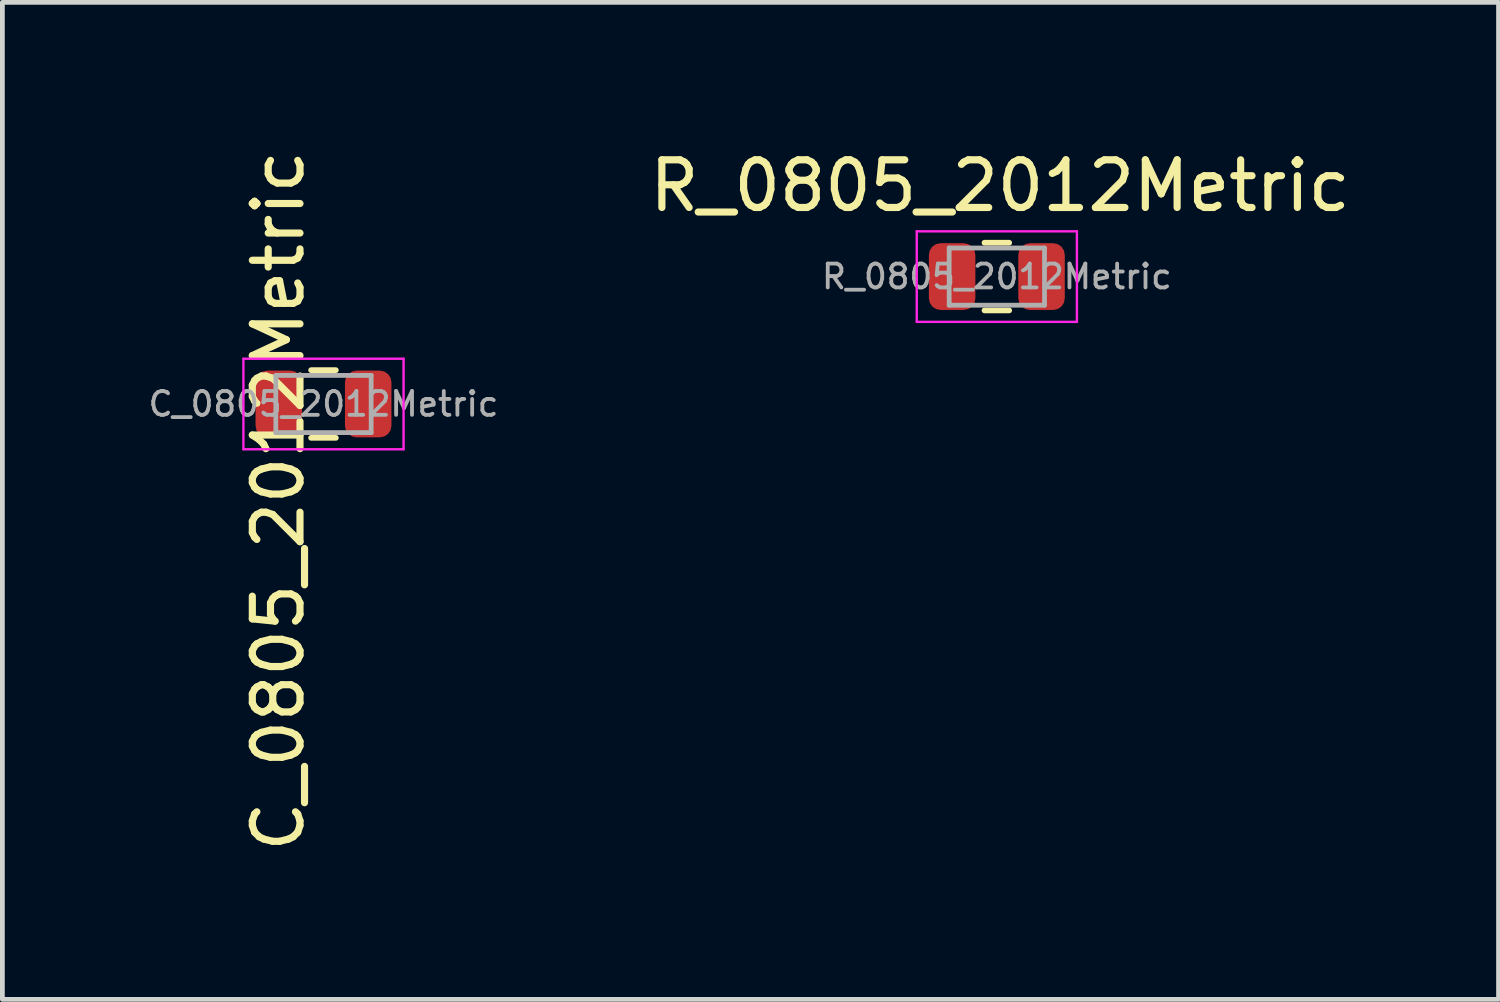
<source format=kicad_pcb>
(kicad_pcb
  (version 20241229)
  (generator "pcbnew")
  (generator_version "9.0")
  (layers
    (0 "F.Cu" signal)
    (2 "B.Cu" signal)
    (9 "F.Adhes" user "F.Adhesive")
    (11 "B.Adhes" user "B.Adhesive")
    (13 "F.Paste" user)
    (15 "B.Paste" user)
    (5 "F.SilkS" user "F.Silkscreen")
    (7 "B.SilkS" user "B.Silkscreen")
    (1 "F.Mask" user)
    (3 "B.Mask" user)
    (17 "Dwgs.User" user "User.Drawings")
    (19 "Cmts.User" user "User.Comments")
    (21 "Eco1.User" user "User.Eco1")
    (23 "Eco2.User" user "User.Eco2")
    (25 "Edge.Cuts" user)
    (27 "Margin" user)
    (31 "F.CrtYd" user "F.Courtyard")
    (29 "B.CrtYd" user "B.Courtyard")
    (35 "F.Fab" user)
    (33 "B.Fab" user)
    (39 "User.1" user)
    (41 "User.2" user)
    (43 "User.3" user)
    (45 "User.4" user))
  (footprint "R_0805_2012Metric"
    (layer "F.Cu")
    (at 17.864 2.753)
    (property "Reference" "R_0805_2012Metric" (at 0.068 -1.905 0) (layer "F.SilkS") (effects (font (size 1 1) (thickness 0.15))))
    (attr smd)
    (fp_line (start -0.259 -0.71) (end 0.259 -0.71) (stroke (width 0.12) (type solid)) (layer "F.SilkS"))
    (fp_line (start -0.259 0.71) (end 0.259 0.71) (stroke (width 0.12) (type solid)) (layer "F.SilkS"))
    (fp_line (start -1.68 -0.95) (end 1.68 -0.95) (stroke (width 0.05) (type solid)) (layer "F.CrtYd"))
    (fp_line (start -1.68 0.95) (end -1.68 -0.95) (stroke (width 0.05) (type solid)) (layer "F.CrtYd"))
    (fp_line (start 1.68 -0.95) (end 1.68 0.95) (stroke (width 0.05) (type solid)) (layer "F.CrtYd"))
    (fp_line (start 1.68 0.95) (end -1.68 0.95) (stroke (width 0.05) (type solid)) (layer "F.CrtYd"))
    (fp_line (start -1 -0.6) (end 1 -0.6) (stroke (width 0.1) (type solid)) (layer "F.Fab"))
    (fp_line (start -1 0.6) (end -1 -0.6) (stroke (width 0.1) (type solid)) (layer "F.Fab"))
    (fp_line (start 1 -0.6) (end 1 0.6) (stroke (width 0.1) (type solid)) (layer "F.Fab"))
    (fp_line (start 1 0.6) (end -1 0.6) (stroke (width 0.1) (type solid)) (layer "F.Fab"))
    (fp_text user "${REFERENCE}" (at 0 0 180) (layer "F.Fab") (effects (font (size 0.5 0.5) (thickness 0.08))))
    (pad "1" smd roundrect (at -0.938 0) (size 0.975 1.4) (layers "F.Cu" "F.Mask" "F.Paste") (roundrect_rratio 0.25))
    (pad "2" smd roundrect (at 0.938 0) (size 0.975 1.4) (layers "F.Cu" "F.Mask" "F.Paste") (roundrect_rratio 0.25)))
  (footprint "C_0805_2012Metric"
    (layer "F.Cu")
    (at 3.737 5.426)
    (property "Reference" "C_0805_2012Metric" (at -0.948 2.032 270) (layer "F.SilkS") (effects (font (size 1 1) (thickness 0.15))))
    (attr smd)
    (fp_line (start -0.259 -0.71) (end 0.259 -0.71) (stroke (width 0.12) (type solid)) (layer "F.SilkS"))
    (fp_line (start -0.259 0.71) (end 0.259 0.71) (stroke (width 0.12) (type solid)) (layer "F.SilkS"))
    (fp_line (start -1.68 -0.95) (end 1.68 -0.95) (stroke (width 0.05) (type solid)) (layer "F.CrtYd"))
    (fp_line (start -1.68 0.95) (end -1.68 -0.95) (stroke (width 0.05) (type solid)) (layer "F.CrtYd"))
    (fp_line (start 1.68 -0.95) (end 1.68 0.95) (stroke (width 0.05) (type solid)) (layer "F.CrtYd"))
    (fp_line (start 1.68 0.95) (end -1.68 0.95) (stroke (width 0.05) (type solid)) (layer "F.CrtYd"))
    (fp_line (start -1 -0.6) (end 1 -0.6) (stroke (width 0.1) (type solid)) (layer "F.Fab"))
    (fp_line (start -1 0.6) (end -1 -0.6) (stroke (width 0.1) (type solid)) (layer "F.Fab"))
    (fp_line (start 1 -0.6) (end 1 0.6) (stroke (width 0.1) (type solid)) (layer "F.Fab"))
    (fp_line (start 1 0.6) (end -1 0.6) (stroke (width 0.1) (type solid)) (layer "F.Fab"))
    (fp_text user "${REFERENCE}" (at 0 0 180) (layer "F.Fab") (effects (font (size 0.5 0.5) (thickness 0.08))))
    (pad "1" smd roundrect (at -0.938 0) (size 0.975 1.4) (layers "F.Cu" "F.Mask" "F.Paste") (roundrect_rratio 0.25))
    (pad "2" smd roundrect (at 0.938 0) (size 0.975 1.4) (layers "F.Cu" "F.Mask" "F.Paste") (roundrect_rratio 0.25)))
  (gr_rect
    (start -3 -3)
    (end 28.39 17.917)
    (stroke (width 0.1) (type default))
    (fill no)
    (layer "Edge.Cuts")))
</source>
